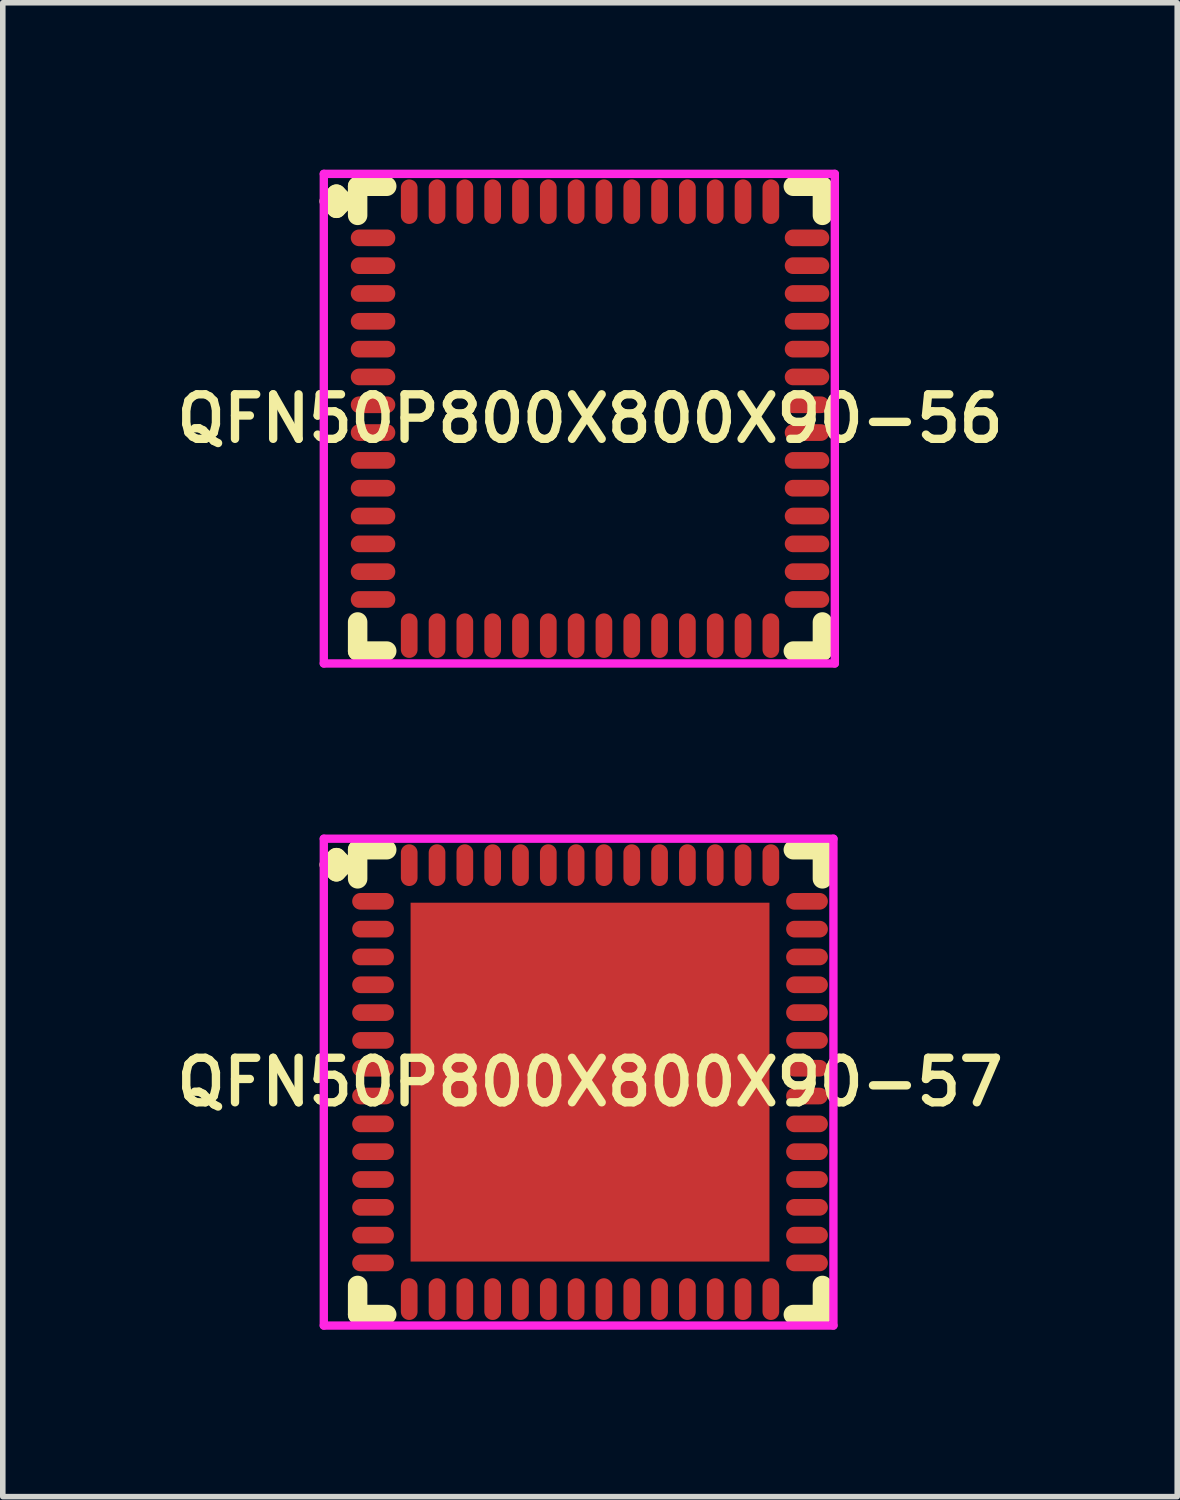
<source format=kicad_pcb>
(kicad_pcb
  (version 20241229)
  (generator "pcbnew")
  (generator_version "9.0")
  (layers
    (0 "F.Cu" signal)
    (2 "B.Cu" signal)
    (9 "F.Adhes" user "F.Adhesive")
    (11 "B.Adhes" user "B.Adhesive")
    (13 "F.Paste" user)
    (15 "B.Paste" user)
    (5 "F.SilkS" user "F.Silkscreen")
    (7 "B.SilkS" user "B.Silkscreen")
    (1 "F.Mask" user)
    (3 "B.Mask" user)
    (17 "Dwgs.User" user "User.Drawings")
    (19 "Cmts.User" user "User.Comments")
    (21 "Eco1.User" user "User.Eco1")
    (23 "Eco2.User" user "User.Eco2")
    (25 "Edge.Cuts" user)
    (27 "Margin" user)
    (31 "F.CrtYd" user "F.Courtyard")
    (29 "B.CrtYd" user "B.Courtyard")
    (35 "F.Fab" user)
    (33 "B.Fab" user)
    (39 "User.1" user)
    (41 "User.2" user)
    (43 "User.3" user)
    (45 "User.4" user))
  (footprint "QFN50P800X800X90-56"
    (layer "F.Cu")
    (at 7.555 4.475)
    (property "Reference" "QFN50P800X800X90-56" (at 0 0 0) (layer "F.SilkS") (effects (font (size 0.8 0.8) (thickness 0.15))))
    (attr smd)
    (fp_line (start -4.685 -3.908) (end -4.558 -4.035) (stroke (width 0.35) (type solid)) (layer "F.SilkS"))
    (fp_line (start -4.558 -4.035) (end -4.431 -3.908) (stroke (width 0.35) (type solid)) (layer "F.SilkS"))
    (fp_line (start -4.558 -3.781) (end -4.685 -3.908) (stroke (width 0.35) (type solid)) (layer "F.SilkS"))
    (fp_line (start -4.431 -3.908) (end -4.558 -3.781) (stroke (width 0.35) (type solid)) (layer "F.SilkS"))
    (fp_line (start -4.177 -4.177) (end -3.654 -4.177) (stroke (width 0.35) (type solid)) (layer "F.SilkS"))
    (fp_line (start -4.177 -3.654) (end -4.177 -4.177) (stroke (width 0.35) (type solid)) (layer "F.SilkS"))
    (fp_line (start -4.177 3.654) (end -4.177 4.177) (stroke (width 0.35) (type solid)) (layer "F.SilkS"))
    (fp_line (start -4.177 4.177) (end -3.654 4.177) (stroke (width 0.35) (type solid)) (layer "F.SilkS"))
    (fp_line (start 3.654 -4.177) (end 4.177 -4.177) (stroke (width 0.35) (type solid)) (layer "F.SilkS"))
    (fp_line (start 3.654 4.177) (end 4.177 4.177) (stroke (width 0.35) (type solid)) (layer "F.SilkS"))
    (fp_line (start 4.177 -4.177) (end 4.177 -3.654) (stroke (width 0.35) (type solid)) (layer "F.SilkS"))
    (fp_line (start 4.177 4.177) (end 4.177 3.654) (stroke (width 0.35) (type solid)) (layer "F.SilkS"))
    (fp_line (start -4.785 -4.4) (end 4.4 -4.4) (stroke (width 0.15) (type solid)) (layer "F.CrtYd"))
    (fp_line (start -4.785 4.4) (end -4.785 -4.4) (stroke (width 0.15) (type solid)) (layer "F.CrtYd"))
    (fp_line (start 4.4 -4.4) (end 4.4 4.4) (stroke (width 0.15) (type solid)) (layer "F.CrtYd"))
    (fp_line (start 4.4 4.4) (end -4.785 4.4) (stroke (width 0.15) (type solid)) (layer "F.CrtYd"))
    (pad "1" smd oval (at -3.9 -3.25) (size 0.8 0.3) (layers "F.Cu" "F.Mask" "F.Paste"))
    (pad "2" smd oval (at -3.9 -2.75) (size 0.8 0.3) (layers "F.Cu" "F.Mask" "F.Paste"))
    (pad "3" smd oval (at -3.9 -2.25) (size 0.8 0.3) (layers "F.Cu" "F.Mask" "F.Paste"))
    (pad "4" smd oval (at -3.9 -1.75) (size 0.8 0.3) (layers "F.Cu" "F.Mask" "F.Paste"))
    (pad "5" smd oval (at -3.9 -1.25) (size 0.8 0.3) (layers "F.Cu" "F.Mask" "F.Paste"))
    (pad "6" smd oval (at -3.9 -0.75) (size 0.8 0.3) (layers "F.Cu" "F.Mask" "F.Paste"))
    (pad "7" smd oval (at -3.9 -0.25) (size 0.8 0.3) (layers "F.Cu" "F.Mask" "F.Paste"))
    (pad "8" smd oval (at -3.9 0.25) (size 0.8 0.3) (layers "F.Cu" "F.Mask" "F.Paste"))
    (pad "9" smd oval (at -3.9 0.75) (size 0.8 0.3) (layers "F.Cu" "F.Mask" "F.Paste"))
    (pad "10" smd oval (at -3.9 1.25) (size 0.8 0.3) (layers "F.Cu" "F.Mask" "F.Paste"))
    (pad "11" smd oval (at -3.9 1.75) (size 0.8 0.3) (layers "F.Cu" "F.Mask" "F.Paste"))
    (pad "12" smd oval (at -3.9 2.25) (size 0.8 0.3) (layers "F.Cu" "F.Mask" "F.Paste"))
    (pad "13" smd oval (at -3.9 2.75) (size 0.8 0.3) (layers "F.Cu" "F.Mask" "F.Paste"))
    (pad "14" smd oval (at -3.9 3.25) (size 0.8 0.3) (layers "F.Cu" "F.Mask" "F.Paste"))
    (pad "15" smd oval (at -3.25 3.9) (size 0.3 0.8) (layers "F.Cu" "F.Mask" "F.Paste"))
    (pad "16" smd oval (at -2.75 3.9) (size 0.3 0.8) (layers "F.Cu" "F.Mask" "F.Paste"))
    (pad "17" smd oval (at -2.25 3.9) (size 0.3 0.8) (layers "F.Cu" "F.Mask" "F.Paste"))
    (pad "18" smd oval (at -1.75 3.9) (size 0.3 0.8) (layers "F.Cu" "F.Mask" "F.Paste"))
    (pad "19" smd oval (at -1.25 3.9) (size 0.3 0.8) (layers "F.Cu" "F.Mask" "F.Paste"))
    (pad "20" smd oval (at -0.75 3.9) (size 0.3 0.8) (layers "F.Cu" "F.Mask" "F.Paste"))
    (pad "21" smd oval (at -0.25 3.9) (size 0.3 0.8) (layers "F.Cu" "F.Mask" "F.Paste"))
    (pad "22" smd oval (at 0.25 3.9) (size 0.3 0.8) (layers "F.Cu" "F.Mask" "F.Paste"))
    (pad "23" smd oval (at 0.75 3.9) (size 0.3 0.8) (layers "F.Cu" "F.Mask" "F.Paste"))
    (pad "24" smd oval (at 1.25 3.9) (size 0.3 0.8) (layers "F.Cu" "F.Mask" "F.Paste"))
    (pad "25" smd oval (at 1.75 3.9) (size 0.3 0.8) (layers "F.Cu" "F.Mask" "F.Paste"))
    (pad "26" smd oval (at 2.25 3.9) (size 0.3 0.8) (layers "F.Cu" "F.Mask" "F.Paste"))
    (pad "27" smd oval (at 2.75 3.9) (size 0.3 0.8) (layers "F.Cu" "F.Mask" "F.Paste"))
    (pad "28" smd oval (at 3.25 3.9) (size 0.3 0.8) (layers "F.Cu" "F.Mask" "F.Paste"))
    (pad "29" smd oval (at 3.9 3.25) (size 0.8 0.3) (layers "F.Cu" "F.Mask" "F.Paste"))
    (pad "30" smd oval (at 3.9 2.75) (size 0.8 0.3) (layers "F.Cu" "F.Mask" "F.Paste"))
    (pad "31" smd oval (at 3.9 2.25) (size 0.8 0.3) (layers "F.Cu" "F.Mask" "F.Paste"))
    (pad "32" smd oval (at 3.9 1.75) (size 0.8 0.3) (layers "F.Cu" "F.Mask" "F.Paste"))
    (pad "33" smd oval (at 3.9 1.25) (size 0.8 0.3) (layers "F.Cu" "F.Mask" "F.Paste"))
    (pad "34" smd oval (at 3.9 0.75) (size 0.8 0.3) (layers "F.Cu" "F.Mask" "F.Paste"))
    (pad "35" smd oval (at 3.9 0.25) (size 0.8 0.3) (layers "F.Cu" "F.Mask" "F.Paste"))
    (pad "36" smd oval (at 3.9 -0.25) (size 0.8 0.3) (layers "F.Cu" "F.Mask" "F.Paste"))
    (pad "37" smd oval (at 3.9 -0.75) (size 0.8 0.3) (layers "F.Cu" "F.Mask" "F.Paste"))
    (pad "38" smd oval (at 3.9 -1.25) (size 0.8 0.3) (layers "F.Cu" "F.Mask" "F.Paste"))
    (pad "39" smd oval (at 3.9 -1.75) (size 0.8 0.3) (layers "F.Cu" "F.Mask" "F.Paste"))
    (pad "40" smd oval (at 3.9 -2.25) (size 0.8 0.3) (layers "F.Cu" "F.Mask" "F.Paste"))
    (pad "41" smd oval (at 3.9 -2.75) (size 0.8 0.3) (layers "F.Cu" "F.Mask" "F.Paste"))
    (pad "42" smd oval (at 3.9 -3.25) (size 0.8 0.3) (layers "F.Cu" "F.Mask" "F.Paste"))
    (pad "43" smd oval (at 3.25 -3.9) (size 0.3 0.8) (layers "F.Cu" "F.Mask" "F.Paste"))
    (pad "44" smd oval (at 2.75 -3.9) (size 0.3 0.8) (layers "F.Cu" "F.Mask" "F.Paste"))
    (pad "45" smd oval (at 2.25 -3.9) (size 0.3 0.8) (layers "F.Cu" "F.Mask" "F.Paste"))
    (pad "46" smd oval (at 1.75 -3.9) (size 0.3 0.8) (layers "F.Cu" "F.Mask" "F.Paste"))
    (pad "47" smd oval (at 1.25 -3.9) (size 0.3 0.8) (layers "F.Cu" "F.Mask" "F.Paste"))
    (pad "48" smd oval (at 0.75 -3.9) (size 0.3 0.8) (layers "F.Cu" "F.Mask" "F.Paste"))
    (pad "49" smd oval (at 0.25 -3.9) (size 0.3 0.8) (layers "F.Cu" "F.Mask" "F.Paste"))
    (pad "50" smd oval (at -0.25 -3.9) (size 0.3 0.8) (layers "F.Cu" "F.Mask" "F.Paste"))
    (pad "51" smd oval (at -0.75 -3.9) (size 0.3 0.8) (layers "F.Cu" "F.Mask" "F.Paste"))
    (pad "52" smd oval (at -1.25 -3.9) (size 0.3 0.8) (layers "F.Cu" "F.Mask" "F.Paste"))
    (pad "53" smd oval (at -1.75 -3.9) (size 0.3 0.8) (layers "F.Cu" "F.Mask" "F.Paste"))
    (pad "54" smd oval (at -2.25 -3.9) (size 0.3 0.8) (layers "F.Cu" "F.Mask" "F.Paste"))
    (pad "55" smd oval (at -2.75 -3.9) (size 0.3 0.8) (layers "F.Cu" "F.Mask" "F.Paste"))
    (pad "56" smd oval (at -3.25 -3.9) (size 0.3 0.8) (layers "F.Cu" "F.Mask" "F.Paste")))
  (footprint "QFN50P800X800X90-57"
    (layer "F.Cu")
    (at 7.555 16.4)
    (property "Reference" "QFN50P800X800X90-57" (at 0 0 0) (layer "F.SilkS") (effects (font (size 0.8 0.8) (thickness 0.15))))
    (attr smd)
    (fp_line (start -4.685 -3.908) (end -4.558 -4.035) (stroke (width 0.35) (type solid)) (layer "F.SilkS"))
    (fp_line (start -4.558 -4.035) (end -4.431 -3.908) (stroke (width 0.35) (type solid)) (layer "F.SilkS"))
    (fp_line (start -4.558 -3.781) (end -4.685 -3.908) (stroke (width 0.35) (type solid)) (layer "F.SilkS"))
    (fp_line (start -4.431 -3.908) (end -4.558 -3.781) (stroke (width 0.35) (type solid)) (layer "F.SilkS"))
    (fp_line (start -4.177 -4.177) (end -3.654 -4.177) (stroke (width 0.35) (type solid)) (layer "F.SilkS"))
    (fp_line (start -4.177 -3.654) (end -4.177 -4.177) (stroke (width 0.35) (type solid)) (layer "F.SilkS"))
    (fp_line (start -4.177 3.654) (end -4.177 4.177) (stroke (width 0.35) (type solid)) (layer "F.SilkS"))
    (fp_line (start -4.177 4.177) (end -3.654 4.177) (stroke (width 0.35) (type solid)) (layer "F.SilkS"))
    (fp_line (start 3.654 -4.177) (end 4.177 -4.177) (stroke (width 0.35) (type solid)) (layer "F.SilkS"))
    (fp_line (start 3.654 4.177) (end 4.177 4.177) (stroke (width 0.35) (type solid)) (layer "F.SilkS"))
    (fp_line (start 4.177 -4.177) (end 4.177 -3.654) (stroke (width 0.35) (type solid)) (layer "F.SilkS"))
    (fp_line (start 4.177 4.177) (end 4.177 3.654) (stroke (width 0.35) (type solid)) (layer "F.SilkS"))
    (fp_line (start -4.785 -4.375) (end 4.375 -4.375) (stroke (width 0.15) (type solid)) (layer "F.CrtYd"))
    (fp_line (start -4.785 4.375) (end -4.785 -4.375) (stroke (width 0.15) (type solid)) (layer "F.CrtYd"))
    (fp_line (start 4.375 -4.375) (end 4.375 4.375) (stroke (width 0.15) (type solid)) (layer "F.CrtYd"))
    (fp_line (start 4.375 4.375) (end -4.785 4.375) (stroke (width 0.15) (type solid)) (layer "F.CrtYd"))
    (pad "1" smd oval (at -3.9 -3.25) (size 0.75 0.3) (layers "F.Cu" "F.Mask" "F.Paste"))
    (pad "2" smd oval (at -3.9 -2.75) (size 0.75 0.3) (layers "F.Cu" "F.Mask" "F.Paste"))
    (pad "3" smd oval (at -3.9 -2.25) (size 0.75 0.3) (layers "F.Cu" "F.Mask" "F.Paste"))
    (pad "4" smd oval (at -3.9 -1.75) (size 0.75 0.3) (layers "F.Cu" "F.Mask" "F.Paste"))
    (pad "5" smd oval (at -3.9 -1.25) (size 0.75 0.3) (layers "F.Cu" "F.Mask" "F.Paste"))
    (pad "6" smd oval (at -3.9 -0.75) (size 0.75 0.3) (layers "F.Cu" "F.Mask" "F.Paste"))
    (pad "7" smd oval (at -3.9 -0.25) (size 0.75 0.3) (layers "F.Cu" "F.Mask" "F.Paste"))
    (pad "8" smd oval (at -3.9 0.25) (size 0.75 0.3) (layers "F.Cu" "F.Mask" "F.Paste"))
    (pad "9" smd oval (at -3.9 0.75) (size 0.75 0.3) (layers "F.Cu" "F.Mask" "F.Paste"))
    (pad "10" smd oval (at -3.9 1.25) (size 0.75 0.3) (layers "F.Cu" "F.Mask" "F.Paste"))
    (pad "11" smd oval (at -3.9 1.75) (size 0.75 0.3) (layers "F.Cu" "F.Mask" "F.Paste"))
    (pad "12" smd oval (at -3.9 2.25) (size 0.75 0.3) (layers "F.Cu" "F.Mask" "F.Paste"))
    (pad "13" smd oval (at -3.9 2.75) (size 0.75 0.3) (layers "F.Cu" "F.Mask" "F.Paste"))
    (pad "14" smd oval (at -3.9 3.25) (size 0.75 0.3) (layers "F.Cu" "F.Mask" "F.Paste"))
    (pad "15" smd oval (at -3.25 3.9) (size 0.3 0.75) (layers "F.Cu" "F.Mask" "F.Paste"))
    (pad "16" smd oval (at -2.75 3.9) (size 0.3 0.75) (layers "F.Cu" "F.Mask" "F.Paste"))
    (pad "17" smd oval (at -2.25 3.9) (size 0.3 0.75) (layers "F.Cu" "F.Mask" "F.Paste"))
    (pad "18" smd oval (at -1.75 3.9) (size 0.3 0.75) (layers "F.Cu" "F.Mask" "F.Paste"))
    (pad "19" smd oval (at -1.25 3.9) (size 0.3 0.75) (layers "F.Cu" "F.Mask" "F.Paste"))
    (pad "20" smd oval (at -0.75 3.9) (size 0.3 0.75) (layers "F.Cu" "F.Mask" "F.Paste"))
    (pad "21" smd oval (at -0.25 3.9) (size 0.3 0.75) (layers "F.Cu" "F.Mask" "F.Paste"))
    (pad "22" smd oval (at 0.25 3.9) (size 0.3 0.75) (layers "F.Cu" "F.Mask" "F.Paste"))
    (pad "23" smd oval (at 0.75 3.9) (size 0.3 0.75) (layers "F.Cu" "F.Mask" "F.Paste"))
    (pad "24" smd oval (at 1.25 3.9) (size 0.3 0.75) (layers "F.Cu" "F.Mask" "F.Paste"))
    (pad "25" smd oval (at 1.75 3.9) (size 0.3 0.75) (layers "F.Cu" "F.Mask" "F.Paste"))
    (pad "26" smd oval (at 2.25 3.9) (size 0.3 0.75) (layers "F.Cu" "F.Mask" "F.Paste"))
    (pad "27" smd oval (at 2.75 3.9) (size 0.3 0.75) (layers "F.Cu" "F.Mask" "F.Paste"))
    (pad "28" smd oval (at 3.25 3.9) (size 0.3 0.75) (layers "F.Cu" "F.Mask" "F.Paste"))
    (pad "29" smd oval (at 3.9 3.25) (size 0.75 0.3) (layers "F.Cu" "F.Mask" "F.Paste"))
    (pad "30" smd oval (at 3.9 2.75) (size 0.75 0.3) (layers "F.Cu" "F.Mask" "F.Paste"))
    (pad "31" smd oval (at 3.9 2.25) (size 0.75 0.3) (layers "F.Cu" "F.Mask" "F.Paste"))
    (pad "32" smd oval (at 3.9 1.75) (size 0.75 0.3) (layers "F.Cu" "F.Mask" "F.Paste"))
    (pad "33" smd oval (at 3.9 1.25) (size 0.75 0.3) (layers "F.Cu" "F.Mask" "F.Paste"))
    (pad "34" smd oval (at 3.9 0.75) (size 0.75 0.3) (layers "F.Cu" "F.Mask" "F.Paste"))
    (pad "35" smd oval (at 3.9 0.25) (size 0.75 0.3) (layers "F.Cu" "F.Mask" "F.Paste"))
    (pad "36" smd oval (at 3.9 -0.25) (size 0.75 0.3) (layers "F.Cu" "F.Mask" "F.Paste"))
    (pad "37" smd oval (at 3.9 -0.75) (size 0.75 0.3) (layers "F.Cu" "F.Mask" "F.Paste"))
    (pad "38" smd oval (at 3.9 -1.25) (size 0.75 0.3) (layers "F.Cu" "F.Mask" "F.Paste"))
    (pad "39" smd oval (at 3.9 -1.75) (size 0.75 0.3) (layers "F.Cu" "F.Mask" "F.Paste"))
    (pad "40" smd oval (at 3.9 -2.25) (size 0.75 0.3) (layers "F.Cu" "F.Mask" "F.Paste"))
    (pad "41" smd oval (at 3.9 -2.75) (size 0.75 0.3) (layers "F.Cu" "F.Mask" "F.Paste"))
    (pad "42" smd oval (at 3.9 -3.25) (size 0.75 0.3) (layers "F.Cu" "F.Mask" "F.Paste"))
    (pad "43" smd oval (at 3.25 -3.9) (size 0.3 0.75) (layers "F.Cu" "F.Mask" "F.Paste"))
    (pad "44" smd oval (at 2.75 -3.9) (size 0.3 0.75) (layers "F.Cu" "F.Mask" "F.Paste"))
    (pad "45" smd oval (at 2.25 -3.9) (size 0.3 0.75) (layers "F.Cu" "F.Mask" "F.Paste"))
    (pad "46" smd oval (at 1.75 -3.9) (size 0.3 0.75) (layers "F.Cu" "F.Mask" "F.Paste"))
    (pad "47" smd oval (at 1.25 -3.9) (size 0.3 0.75) (layers "F.Cu" "F.Mask" "F.Paste"))
    (pad "48" smd oval (at 0.75 -3.9) (size 0.3 0.75) (layers "F.Cu" "F.Mask" "F.Paste"))
    (pad "49" smd oval (at 0.25 -3.9) (size 0.3 0.75) (layers "F.Cu" "F.Mask" "F.Paste"))
    (pad "50" smd oval (at -0.25 -3.9) (size 0.3 0.75) (layers "F.Cu" "F.Mask" "F.Paste"))
    (pad "51" smd oval (at -0.75 -3.9) (size 0.3 0.75) (layers "F.Cu" "F.Mask" "F.Paste"))
    (pad "52" smd oval (at -1.25 -3.9) (size 0.3 0.75) (layers "F.Cu" "F.Mask" "F.Paste"))
    (pad "53" smd oval (at -1.75 -3.9) (size 0.3 0.75) (layers "F.Cu" "F.Mask" "F.Paste"))
    (pad "54" smd oval (at -2.25 -3.9) (size 0.3 0.75) (layers "F.Cu" "F.Mask" "F.Paste"))
    (pad "55" smd oval (at -2.75 -3.9) (size 0.3 0.75) (layers "F.Cu" "F.Mask" "F.Paste"))
    (pad "56" smd oval (at -3.25 -3.9) (size 0.3 0.75) (layers "F.Cu" "F.Mask" "F.Paste"))
    (pad "57" smd rect (at 0 0) (size 6.45 6.45) (layers "F.Cu" "F.Mask" "F.Paste")))
  (gr_rect
    (start -3 -3)
    (end 18.109 23.85)
    (stroke (width 0.1) (type default))
    (fill no)
    (layer "Edge.Cuts")))
</source>
